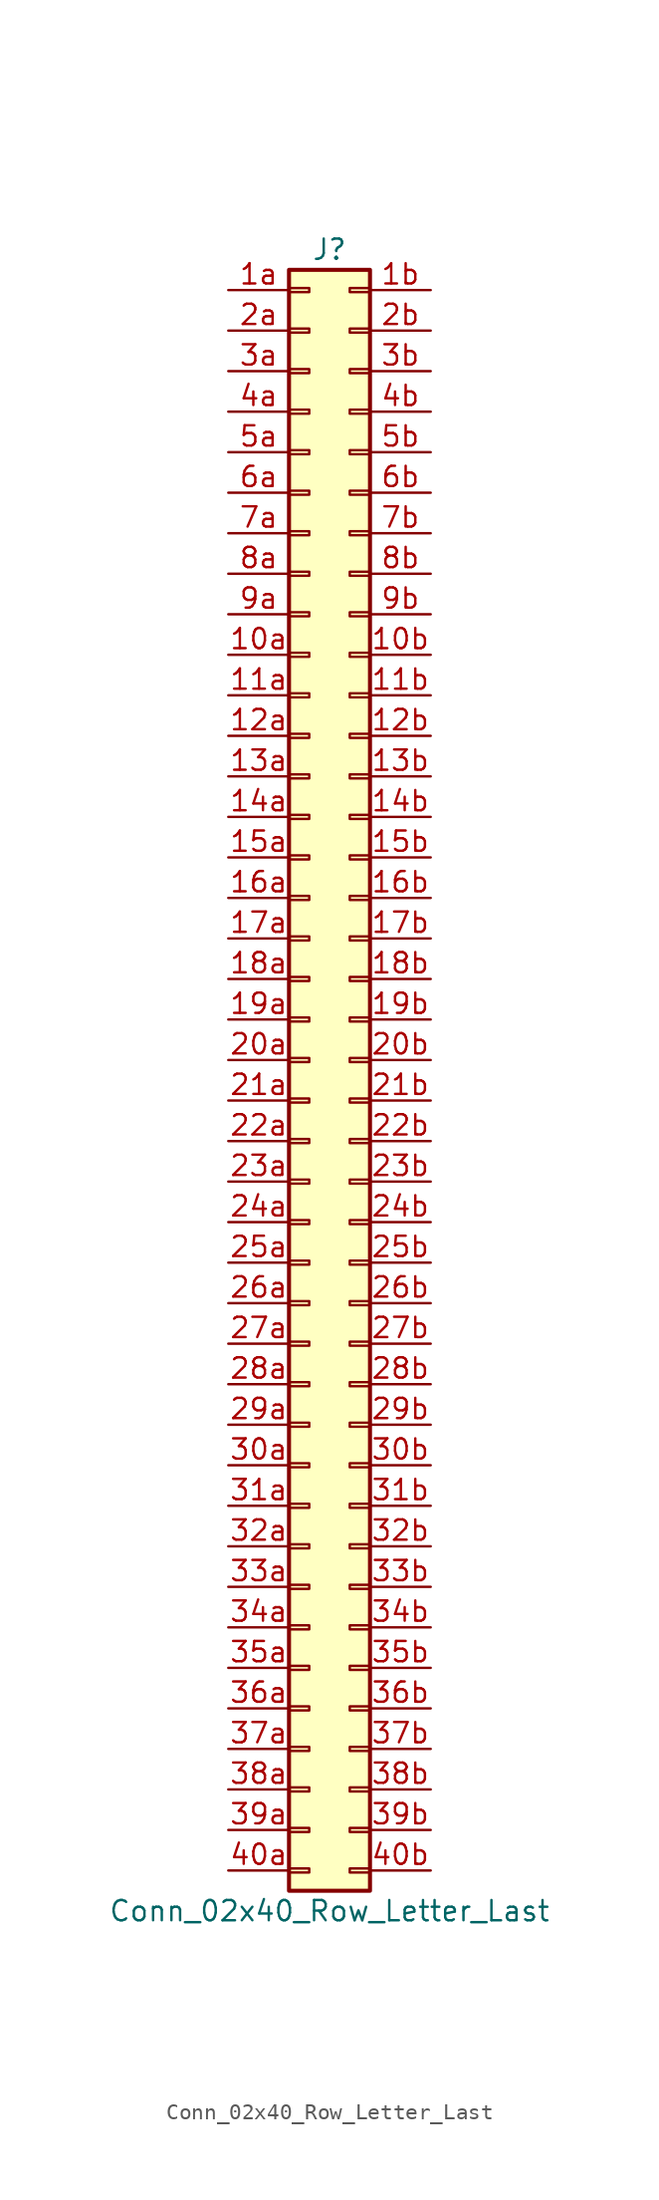
<source format=kicad_sym>
(kicad_symbol_lib
  (version 20201005)
  (generator kicad_symbol_editor)
  (symbol "Conn_02x40_Row_Letter_Last"
    (pin_names
      (offset 1.016) hide)
    (property "Reference" "J"
      (at 1.27 50.8 0)
      (effects (font (size 1.27 1.27))))
    (property "Value" "Conn_02x40_Row_Letter_Last"
      (at 1.27 -53.34 0)
      (effects (font (size 1.27 1.27))))
    (symbol "Conn_02x40_Row_Letter_Last_1_1"
      (rectangle (start -1.27 -50.673) (end 0 -50.927) (stroke (width 0.152)) (fill (type none)))
      (rectangle (start -1.27 -48.133) (end 0 -48.387) (stroke (width 0.152)) (fill (type none)))
      (rectangle (start -1.27 -45.593) (end 0 -45.847) (stroke (width 0.152)) (fill (type none)))
      (rectangle (start -1.27 -43.053) (end 0 -43.307) (stroke (width 0.152)) (fill (type none)))
      (rectangle (start -1.27 -40.513) (end 0 -40.767) (stroke (width 0.152)) (fill (type none)))
      (rectangle (start -1.27 -37.973) (end 0 -38.227) (stroke (width 0.152)) (fill (type none)))
      (rectangle (start -1.27 -35.433) (end 0 -35.687) (stroke (width 0.152)) (fill (type none)))
      (rectangle (start -1.27 -32.893) (end 0 -33.147) (stroke (width 0.152)) (fill (type none)))
      (rectangle (start -1.27 -30.353) (end 0 -30.607) (stroke (width 0.152)) (fill (type none)))
      (rectangle (start -1.27 -27.813) (end 0 -28.067) (stroke (width 0.152)) (fill (type none)))
      (rectangle (start -1.27 -25.273) (end 0 -25.527) (stroke (width 0.152)) (fill (type none)))
      (rectangle (start -1.27 -22.733) (end 0 -22.987) (stroke (width 0.152)) (fill (type none)))
      (rectangle (start -1.27 -20.193) (end 0 -20.447) (stroke (width 0.152)) (fill (type none)))
      (rectangle (start -1.27 -17.653) (end 0 -17.907) (stroke (width 0.152)) (fill (type none)))
      (rectangle (start -1.27 -15.113) (end 0 -15.367) (stroke (width 0.152)) (fill (type none)))
      (rectangle (start -1.27 -12.573) (end 0 -12.827) (stroke (width 0.152)) (fill (type none)))
      (rectangle (start -1.27 -10.033) (end 0 -10.287) (stroke (width 0.152)) (fill (type none)))
      (rectangle (start -1.27 -7.493) (end 0 -7.747) (stroke (width 0.152)) (fill (type none)))
      (rectangle (start -1.27 -4.953) (end 0 -5.207) (stroke (width 0.152)) (fill (type none)))
      (rectangle (start -1.27 -2.413) (end 0 -2.667) (stroke (width 0.152)) (fill (type none)))
      (rectangle (start -1.27 0.127) (end 0 -0.127) (stroke (width 0.152)) (fill (type none)))
      (rectangle (start -1.27 2.667) (end 0 2.413) (stroke (width 0.152)) (fill (type none)))
      (rectangle (start -1.27 5.207) (end 0 4.953) (stroke (width 0.152)) (fill (type none)))
      (rectangle (start -1.27 7.747) (end 0 7.493) (stroke (width 0.152)) (fill (type none)))
      (rectangle (start -1.27 10.287) (end 0 10.033) (stroke (width 0.152)) (fill (type none)))
      (rectangle (start -1.27 12.827) (end 0 12.573) (stroke (width 0.152)) (fill (type none)))
      (rectangle (start -1.27 15.367) (end 0 15.113) (stroke (width 0.152)) (fill (type none)))
      (rectangle (start -1.27 17.907) (end 0 17.653) (stroke (width 0.152)) (fill (type none)))
      (rectangle (start -1.27 20.447) (end 0 20.193) (stroke (width 0.152)) (fill (type none)))
      (rectangle (start -1.27 22.987) (end 0 22.733) (stroke (width 0.152)) (fill (type none)))
      (rectangle (start -1.27 25.527) (end 0 25.273) (stroke (width 0.152)) (fill (type none)))
      (rectangle (start -1.27 28.067) (end 0 27.813) (stroke (width 0.152)) (fill (type none)))
      (rectangle (start -1.27 30.607) (end 0 30.353) (stroke (width 0.152)) (fill (type none)))
      (rectangle (start -1.27 33.147) (end 0 32.893) (stroke (width 0.152)) (fill (type none)))
      (rectangle (start -1.27 35.687) (end 0 35.433) (stroke (width 0.152)) (fill (type none)))
      (rectangle (start -1.27 38.227) (end 0 37.973) (stroke (width 0.152)) (fill (type none)))
      (rectangle (start -1.27 40.767) (end 0 40.513) (stroke (width 0.152)) (fill (type none)))
      (rectangle (start -1.27 43.307) (end 0 43.053) (stroke (width 0.152)) (fill (type none)))
      (rectangle (start -1.27 45.847) (end 0 45.593) (stroke (width 0.152)) (fill (type none)))
      (rectangle (start -1.27 48.387) (end 0 48.133) (stroke (width 0.152)) (fill (type none)))
      (rectangle (start -1.27 49.53) (end 3.81 -52.07) (stroke (width 0.254)) (fill (type background)))
      (rectangle (start 3.81 -50.673) (end 2.54 -50.927) (stroke (width 0.152)) (fill (type none)))
      (rectangle (start 3.81 -48.133) (end 2.54 -48.387) (stroke (width 0.152)) (fill (type none)))
      (rectangle (start 3.81 -45.593) (end 2.54 -45.847) (stroke (width 0.152)) (fill (type none)))
      (rectangle (start 3.81 -43.053) (end 2.54 -43.307) (stroke (width 0.152)) (fill (type none)))
      (rectangle (start 3.81 -40.513) (end 2.54 -40.767) (stroke (width 0.152)) (fill (type none)))
      (rectangle (start 3.81 -37.973) (end 2.54 -38.227) (stroke (width 0.152)) (fill (type none)))
      (rectangle (start 3.81 -35.433) (end 2.54 -35.687) (stroke (width 0.152)) (fill (type none)))
      (rectangle (start 3.81 -32.893) (end 2.54 -33.147) (stroke (width 0.152)) (fill (type none)))
      (rectangle (start 3.81 -30.353) (end 2.54 -30.607) (stroke (width 0.152)) (fill (type none)))
      (rectangle (start 3.81 -27.813) (end 2.54 -28.067) (stroke (width 0.152)) (fill (type none)))
      (rectangle (start 3.81 -25.273) (end 2.54 -25.527) (stroke (width 0.152)) (fill (type none)))
      (rectangle (start 3.81 -22.733) (end 2.54 -22.987) (stroke (width 0.152)) (fill (type none)))
      (rectangle (start 3.81 -20.193) (end 2.54 -20.447) (stroke (width 0.152)) (fill (type none)))
      (rectangle (start 3.81 -17.653) (end 2.54 -17.907) (stroke (width 0.152)) (fill (type none)))
      (rectangle (start 3.81 -15.113) (end 2.54 -15.367) (stroke (width 0.152)) (fill (type none)))
      (rectangle (start 3.81 -12.573) (end 2.54 -12.827) (stroke (width 0.152)) (fill (type none)))
      (rectangle (start 3.81 -10.033) (end 2.54 -10.287) (stroke (width 0.152)) (fill (type none)))
      (rectangle (start 3.81 -7.493) (end 2.54 -7.747) (stroke (width 0.152)) (fill (type none)))
      (rectangle (start 3.81 -4.953) (end 2.54 -5.207) (stroke (width 0.152)) (fill (type none)))
      (rectangle (start 3.81 -2.413) (end 2.54 -2.667) (stroke (width 0.152)) (fill (type none)))
      (rectangle (start 3.81 0.127) (end 2.54 -0.127) (stroke (width 0.152)) (fill (type none)))
      (rectangle (start 3.81 2.667) (end 2.54 2.413) (stroke (width 0.152)) (fill (type none)))
      (rectangle (start 3.81 5.207) (end 2.54 4.953) (stroke (width 0.152)) (fill (type none)))
      (rectangle (start 3.81 7.747) (end 2.54 7.493) (stroke (width 0.152)) (fill (type none)))
      (rectangle (start 3.81 10.287) (end 2.54 10.033) (stroke (width 0.152)) (fill (type none)))
      (rectangle (start 3.81 12.827) (end 2.54 12.573) (stroke (width 0.152)) (fill (type none)))
      (rectangle (start 3.81 15.367) (end 2.54 15.113) (stroke (width 0.152)) (fill (type none)))
      (rectangle (start 3.81 17.907) (end 2.54 17.653) (stroke (width 0.152)) (fill (type none)))
      (rectangle (start 3.81 20.447) (end 2.54 20.193) (stroke (width 0.152)) (fill (type none)))
      (rectangle (start 3.81 22.987) (end 2.54 22.733) (stroke (width 0.152)) (fill (type none)))
      (rectangle (start 3.81 25.527) (end 2.54 25.273) (stroke (width 0.152)) (fill (type none)))
      (rectangle (start 3.81 28.067) (end 2.54 27.813) (stroke (width 0.152)) (fill (type none)))
      (rectangle (start 3.81 30.607) (end 2.54 30.353) (stroke (width 0.152)) (fill (type none)))
      (rectangle (start 3.81 33.147) (end 2.54 32.893) (stroke (width 0.152)) (fill (type none)))
      (rectangle (start 3.81 35.687) (end 2.54 35.433) (stroke (width 0.152)) (fill (type none)))
      (rectangle (start 3.81 38.227) (end 2.54 37.973) (stroke (width 0.152)) (fill (type none)))
      (rectangle (start 3.81 40.767) (end 2.54 40.513) (stroke (width 0.152)) (fill (type none)))
      (rectangle (start 3.81 43.307) (end 2.54 43.053) (stroke (width 0.152)) (fill (type none)))
      (rectangle (start 3.81 45.847) (end 2.54 45.593) (stroke (width 0.152)) (fill (type none)))
      (rectangle (start 3.81 48.387) (end 2.54 48.133) (stroke (width 0.152)) (fill (type none)))
      (pin passive line (at -5.08 25.4 0) (length 3.81) (name "Pin_10a" (effects (font (size 1.27 1.27)))) (number "10a" (effects (font (size 1.27 1.27)))))
      (pin passive line (at 7.62 25.4 180) (length 3.81) (name "Pin_10b" (effects (font (size 1.27 1.27)))) (number "10b" (effects (font (size 1.27 1.27)))))
      (pin passive line (at -5.08 22.86 0) (length 3.81) (name "Pin_11a" (effects (font (size 1.27 1.27)))) (number "11a" (effects (font (size 1.27 1.27)))))
      (pin passive line (at 7.62 22.86 180) (length 3.81) (name "Pin_11b" (effects (font (size 1.27 1.27)))) (number "11b" (effects (font (size 1.27 1.27)))))
      (pin passive line (at -5.08 20.32 0) (length 3.81) (name "Pin_12a" (effects (font (size 1.27 1.27)))) (number "12a" (effects (font (size 1.27 1.27)))))
      (pin passive line (at 7.62 20.32 180) (length 3.81) (name "Pin_12b" (effects (font (size 1.27 1.27)))) (number "12b" (effects (font (size 1.27 1.27)))))
      (pin passive line (at -5.08 17.78 0) (length 3.81) (name "Pin_13a" (effects (font (size 1.27 1.27)))) (number "13a" (effects (font (size 1.27 1.27)))))
      (pin passive line (at 7.62 17.78 180) (length 3.81) (name "Pin_13b" (effects (font (size 1.27 1.27)))) (number "13b" (effects (font (size 1.27 1.27)))))
      (pin passive line (at -5.08 15.24 0) (length 3.81) (name "Pin_14a" (effects (font (size 1.27 1.27)))) (number "14a" (effects (font (size 1.27 1.27)))))
      (pin passive line (at 7.62 15.24 180) (length 3.81) (name "Pin_14b" (effects (font (size 1.27 1.27)))) (number "14b" (effects (font (size 1.27 1.27)))))
      (pin passive line (at -5.08 12.7 0) (length 3.81) (name "Pin_15a" (effects (font (size 1.27 1.27)))) (number "15a" (effects (font (size 1.27 1.27)))))
      (pin passive line (at 7.62 12.7 180) (length 3.81) (name "Pin_15b" (effects (font (size 1.27 1.27)))) (number "15b" (effects (font (size 1.27 1.27)))))
      (pin passive line (at -5.08 10.16 0) (length 3.81) (name "Pin_16a" (effects (font (size 1.27 1.27)))) (number "16a" (effects (font (size 1.27 1.27)))))
      (pin passive line (at 7.62 10.16 180) (length 3.81) (name "Pin_16b" (effects (font (size 1.27 1.27)))) (number "16b" (effects (font (size 1.27 1.27)))))
      (pin passive line (at -5.08 7.62 0) (length 3.81) (name "Pin_17a" (effects (font (size 1.27 1.27)))) (number "17a" (effects (font (size 1.27 1.27)))))
      (pin passive line (at 7.62 7.62 180) (length 3.81) (name "Pin_17b" (effects (font (size 1.27 1.27)))) (number "17b" (effects (font (size 1.27 1.27)))))
      (pin passive line (at -5.08 5.08 0) (length 3.81) (name "Pin_18a" (effects (font (size 1.27 1.27)))) (number "18a" (effects (font (size 1.27 1.27)))))
      (pin passive line (at 7.62 5.08 180) (length 3.81) (name "Pin_18b" (effects (font (size 1.27 1.27)))) (number "18b" (effects (font (size 1.27 1.27)))))
      (pin passive line (at -5.08 2.54 0) (length 3.81) (name "Pin_19a" (effects (font (size 1.27 1.27)))) (number "19a" (effects (font (size 1.27 1.27)))))
      (pin passive line (at 7.62 2.54 180) (length 3.81) (name "Pin_19b" (effects (font (size 1.27 1.27)))) (number "19b" (effects (font (size 1.27 1.27)))))
      (pin passive line (at -5.08 48.26 0) (length 3.81) (name "Pin_1a" (effects (font (size 1.27 1.27)))) (number "1a" (effects (font (size 1.27 1.27)))))
      (pin passive line (at 7.62 48.26 180) (length 3.81) (name "Pin_1b" (effects (font (size 1.27 1.27)))) (number "1b" (effects (font (size 1.27 1.27)))))
      (pin passive line (at -5.08 0 0) (length 3.81) (name "Pin_20a" (effects (font (size 1.27 1.27)))) (number "20a" (effects (font (size 1.27 1.27)))))
      (pin passive line (at 7.62 0 180) (length 3.81) (name "Pin_20b" (effects (font (size 1.27 1.27)))) (number "20b" (effects (font (size 1.27 1.27)))))
      (pin passive line (at -5.08 -2.54 0) (length 3.81) (name "Pin_21a" (effects (font (size 1.27 1.27)))) (number "21a" (effects (font (size 1.27 1.27)))))
      (pin passive line (at 7.62 -2.54 180) (length 3.81) (name "Pin_21b" (effects (font (size 1.27 1.27)))) (number "21b" (effects (font (size 1.27 1.27)))))
      (pin passive line (at -5.08 -5.08 0) (length 3.81) (name "Pin_22a" (effects (font (size 1.27 1.27)))) (number "22a" (effects (font (size 1.27 1.27)))))
      (pin passive line (at 7.62 -5.08 180) (length 3.81) (name "Pin_22b" (effects (font (size 1.27 1.27)))) (number "22b" (effects (font (size 1.27 1.27)))))
      (pin passive line (at -5.08 -7.62 0) (length 3.81) (name "Pin_23a" (effects (font (size 1.27 1.27)))) (number "23a" (effects (font (size 1.27 1.27)))))
      (pin passive line (at 7.62 -7.62 180) (length 3.81) (name "Pin_23b" (effects (font (size 1.27 1.27)))) (number "23b" (effects (font (size 1.27 1.27)))))
      (pin passive line (at -5.08 -10.16 0) (length 3.81) (name "Pin_24a" (effects (font (size 1.27 1.27)))) (number "24a" (effects (font (size 1.27 1.27)))))
      (pin passive line (at 7.62 -10.16 180) (length 3.81) (name "Pin_24b" (effects (font (size 1.27 1.27)))) (number "24b" (effects (font (size 1.27 1.27)))))
      (pin passive line (at -5.08 -12.7 0) (length 3.81) (name "Pin_25a" (effects (font (size 1.27 1.27)))) (number "25a" (effects (font (size 1.27 1.27)))))
      (pin passive line (at 7.62 -12.7 180) (length 3.81) (name "Pin_25b" (effects (font (size 1.27 1.27)))) (number "25b" (effects (font (size 1.27 1.27)))))
      (pin passive line (at -5.08 -15.24 0) (length 3.81) (name "Pin_26a" (effects (font (size 1.27 1.27)))) (number "26a" (effects (font (size 1.27 1.27)))))
      (pin passive line (at 7.62 -15.24 180) (length 3.81) (name "Pin_26b" (effects (font (size 1.27 1.27)))) (number "26b" (effects (font (size 1.27 1.27)))))
      (pin passive line (at -5.08 -17.78 0) (length 3.81) (name "Pin_27a" (effects (font (size 1.27 1.27)))) (number "27a" (effects (font (size 1.27 1.27)))))
      (pin passive line (at 7.62 -17.78 180) (length 3.81) (name "Pin_27b" (effects (font (size 1.27 1.27)))) (number "27b" (effects (font (size 1.27 1.27)))))
      (pin passive line (at -5.08 -20.32 0) (length 3.81) (name "Pin_28a" (effects (font (size 1.27 1.27)))) (number "28a" (effects (font (size 1.27 1.27)))))
      (pin passive line (at 7.62 -20.32 180) (length 3.81) (name "Pin_28b" (effects (font (size 1.27 1.27)))) (number "28b" (effects (font (size 1.27 1.27)))))
      (pin passive line (at -5.08 -22.86 0) (length 3.81) (name "Pin_29a" (effects (font (size 1.27 1.27)))) (number "29a" (effects (font (size 1.27 1.27)))))
      (pin passive line (at 7.62 -22.86 180) (length 3.81) (name "Pin_29b" (effects (font (size 1.27 1.27)))) (number "29b" (effects (font (size 1.27 1.27)))))
      (pin passive line (at -5.08 45.72 0) (length 3.81) (name "Pin_2a" (effects (font (size 1.27 1.27)))) (number "2a" (effects (font (size 1.27 1.27)))))
      (pin passive line (at 7.62 45.72 180) (length 3.81) (name "Pin_2b" (effects (font (size 1.27 1.27)))) (number "2b" (effects (font (size 1.27 1.27)))))
      (pin passive line (at -5.08 -25.4 0) (length 3.81) (name "Pin_30a" (effects (font (size 1.27 1.27)))) (number "30a" (effects (font (size 1.27 1.27)))))
      (pin passive line (at 7.62 -25.4 180) (length 3.81) (name "Pin_30b" (effects (font (size 1.27 1.27)))) (number "30b" (effects (font (size 1.27 1.27)))))
      (pin passive line (at -5.08 -27.94 0) (length 3.81) (name "Pin_31a" (effects (font (size 1.27 1.27)))) (number "31a" (effects (font (size 1.27 1.27)))))
      (pin passive line (at 7.62 -27.94 180) (length 3.81) (name "Pin_31b" (effects (font (size 1.27 1.27)))) (number "31b" (effects (font (size 1.27 1.27)))))
      (pin passive line (at -5.08 -30.48 0) (length 3.81) (name "Pin_32a" (effects (font (size 1.27 1.27)))) (number "32a" (effects (font (size 1.27 1.27)))))
      (pin passive line (at 7.62 -30.48 180) (length 3.81) (name "Pin_32b" (effects (font (size 1.27 1.27)))) (number "32b" (effects (font (size 1.27 1.27)))))
      (pin passive line (at -5.08 -33.02 0) (length 3.81) (name "Pin_33a" (effects (font (size 1.27 1.27)))) (number "33a" (effects (font (size 1.27 1.27)))))
      (pin passive line (at 7.62 -33.02 180) (length 3.81) (name "Pin_33b" (effects (font (size 1.27 1.27)))) (number "33b" (effects (font (size 1.27 1.27)))))
      (pin passive line (at -5.08 -35.56 0) (length 3.81) (name "Pin_34a" (effects (font (size 1.27 1.27)))) (number "34a" (effects (font (size 1.27 1.27)))))
      (pin passive line (at 7.62 -35.56 180) (length 3.81) (name "Pin_34b" (effects (font (size 1.27 1.27)))) (number "34b" (effects (font (size 1.27 1.27)))))
      (pin passive line (at -5.08 -38.1 0) (length 3.81) (name "Pin_35a" (effects (font (size 1.27 1.27)))) (number "35a" (effects (font (size 1.27 1.27)))))
      (pin passive line (at 7.62 -38.1 180) (length 3.81) (name "Pin_35b" (effects (font (size 1.27 1.27)))) (number "35b" (effects (font (size 1.27 1.27)))))
      (pin passive line (at -5.08 -40.64 0) (length 3.81) (name "Pin_36a" (effects (font (size 1.27 1.27)))) (number "36a" (effects (font (size 1.27 1.27)))))
      (pin passive line (at 7.62 -40.64 180) (length 3.81) (name "Pin_36b" (effects (font (size 1.27 1.27)))) (number "36b" (effects (font (size 1.27 1.27)))))
      (pin passive line (at -5.08 -43.18 0) (length 3.81) (name "Pin_37a" (effects (font (size 1.27 1.27)))) (number "37a" (effects (font (size 1.27 1.27)))))
      (pin passive line (at 7.62 -43.18 180) (length 3.81) (name "Pin_37b" (effects (font (size 1.27 1.27)))) (number "37b" (effects (font (size 1.27 1.27)))))
      (pin passive line (at -5.08 -45.72 0) (length 3.81) (name "Pin_38a" (effects (font (size 1.27 1.27)))) (number "38a" (effects (font (size 1.27 1.27)))))
      (pin passive line (at 7.62 -45.72 180) (length 3.81) (name "Pin_38b" (effects (font (size 1.27 1.27)))) (number "38b" (effects (font (size 1.27 1.27)))))
      (pin passive line (at -5.08 -48.26 0) (length 3.81) (name "Pin_39a" (effects (font (size 1.27 1.27)))) (number "39a" (effects (font (size 1.27 1.27)))))
      (pin passive line (at 7.62 -48.26 180) (length 3.81) (name "Pin_39b" (effects (font (size 1.27 1.27)))) (number "39b" (effects (font (size 1.27 1.27)))))
      (pin passive line (at -5.08 43.18 0) (length 3.81) (name "Pin_3a" (effects (font (size 1.27 1.27)))) (number "3a" (effects (font (size 1.27 1.27)))))
      (pin passive line (at 7.62 43.18 180) (length 3.81) (name "Pin_3b" (effects (font (size 1.27 1.27)))) (number "3b" (effects (font (size 1.27 1.27)))))
      (pin passive line (at -5.08 -50.8 0) (length 3.81) (name "Pin_40a" (effects (font (size 1.27 1.27)))) (number "40a" (effects (font (size 1.27 1.27)))))
      (pin passive line (at 7.62 -50.8 180) (length 3.81) (name "Pin_40b" (effects (font (size 1.27 1.27)))) (number "40b" (effects (font (size 1.27 1.27)))))
      (pin passive line (at -5.08 40.64 0) (length 3.81) (name "Pin_4a" (effects (font (size 1.27 1.27)))) (number "4a" (effects (font (size 1.27 1.27)))))
      (pin passive line (at 7.62 40.64 180) (length 3.81) (name "Pin_4b" (effects (font (size 1.27 1.27)))) (number "4b" (effects (font (size 1.27 1.27)))))
      (pin passive line (at -5.08 38.1 0) (length 3.81) (name "Pin_5a" (effects (font (size 1.27 1.27)))) (number "5a" (effects (font (size 1.27 1.27)))))
      (pin passive line (at 7.62 38.1 180) (length 3.81) (name "Pin_5b" (effects (font (size 1.27 1.27)))) (number "5b" (effects (font (size 1.27 1.27)))))
      (pin passive line (at -5.08 35.56 0) (length 3.81) (name "Pin_6a" (effects (font (size 1.27 1.27)))) (number "6a" (effects (font (size 1.27 1.27)))))
      (pin passive line (at 7.62 35.56 180) (length 3.81) (name "Pin_6b" (effects (font (size 1.27 1.27)))) (number "6b" (effects (font (size 1.27 1.27)))))
      (pin passive line (at -5.08 33.02 0) (length 3.81) (name "Pin_7a" (effects (font (size 1.27 1.27)))) (number "7a" (effects (font (size 1.27 1.27)))))
      (pin passive line (at 7.62 33.02 180) (length 3.81) (name "Pin_7b" (effects (font (size 1.27 1.27)))) (number "7b" (effects (font (size 1.27 1.27)))))
      (pin passive line (at -5.08 30.48 0) (length 3.81) (name "Pin_8a" (effects (font (size 1.27 1.27)))) (number "8a" (effects (font (size 1.27 1.27)))))
      (pin passive line (at 7.62 30.48 180) (length 3.81) (name "Pin_8b" (effects (font (size 1.27 1.27)))) (number "8b" (effects (font (size 1.27 1.27)))))
      (pin passive line (at -5.08 27.94 0) (length 3.81) (name "Pin_9a" (effects (font (size 1.27 1.27)))) (number "9a" (effects (font (size 1.27 1.27)))))
      (pin passive line (at 7.62 27.94 180) (length 3.81) (name "Pin_9b" (effects (font (size 1.27 1.27)))) (number "9b" (effects (font (size 1.27 1.27))))))))
</source>
